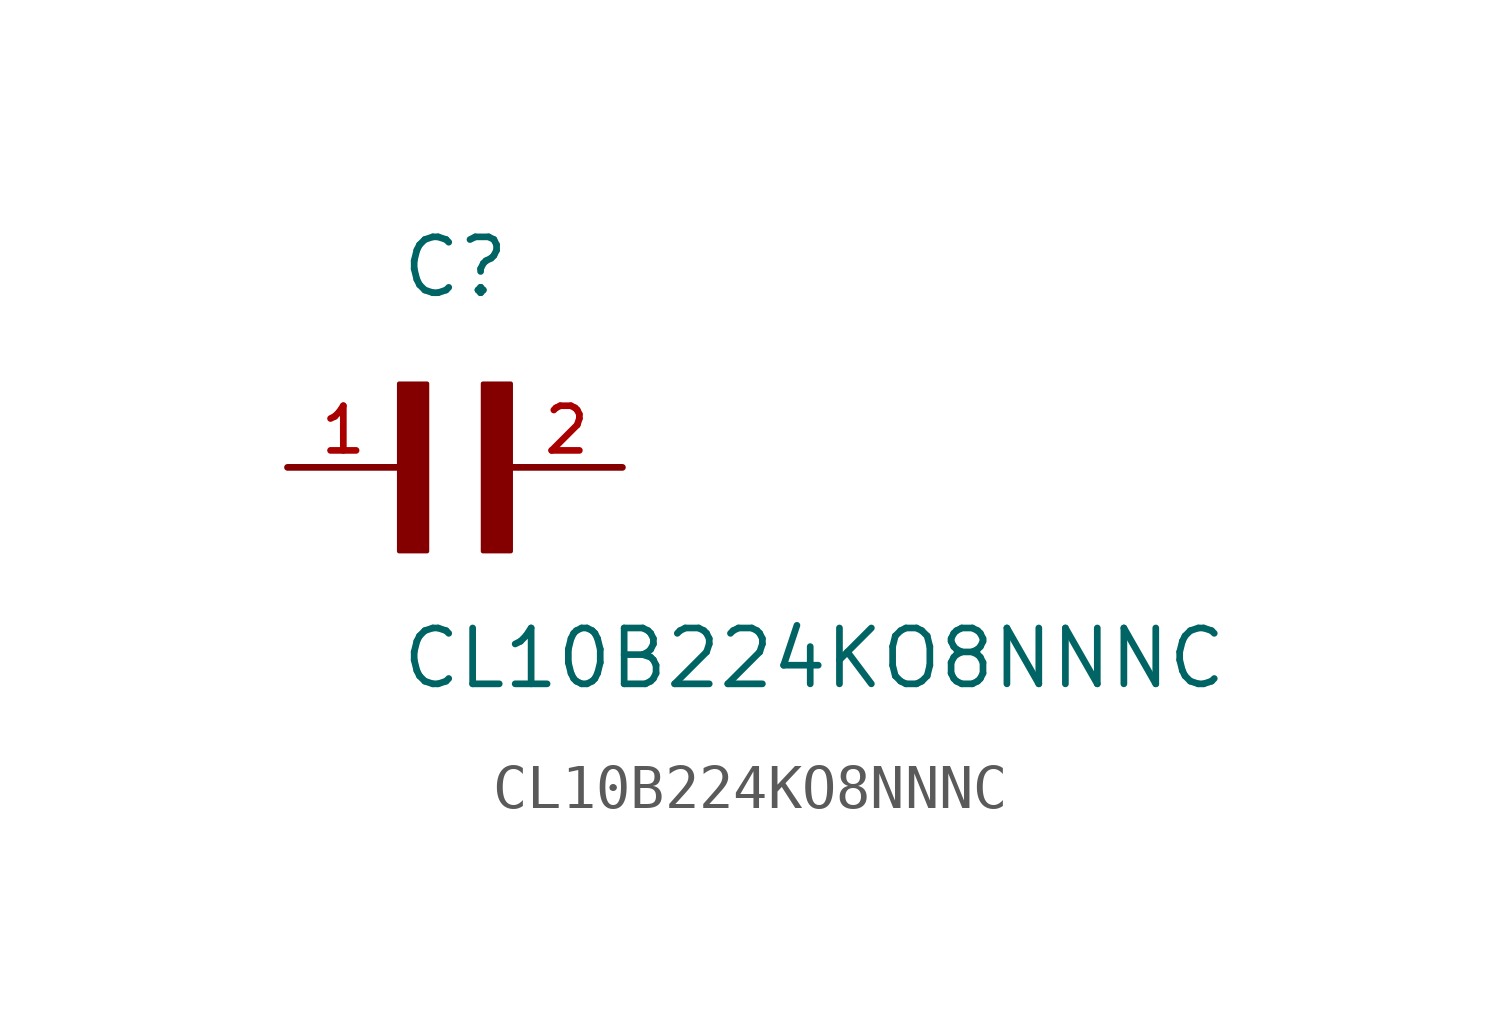
<source format=kicad_sym>
(kicad_symbol_lib
  (version 20211014)
  (generator kicad_symbol_editor)
  (symbol "CL10B224KO8NNNC"
    (pin_names
      (offset 1.016))
    (property "Reference" "C"
      (at 0.0 3.811 0)
      (effects (font (size 1.27 1.27)) (justify bottom left)))
    (property "Value" "CL10B224KO8NNNC"
      (at 0.0 -5.088 0)
      (effects (font (size 1.27 1.27)) (justify bottom left)))
    (symbol "CL10B224KO8NNNC_0_0"
      (rectangle (start 0.0 -1.907) (end 0.635 1.905) (stroke (width 0.1)) (fill (type outline)))
      (rectangle (start 1.907 -1.907) (end 2.54 1.905) (stroke (width 0.1)) (fill (type outline)))
      (pin passive line (at -2.54 0.0 0) (length 2.54) (name "~" (effects (font (size 1.016 1.016)))) (number "1" (effects (font (size 1.016 1.016)))))
      (pin passive line (at 5.08 0.0 180.0) (length 2.54) (name "~" (effects (font (size 1.016 1.016)))) (number "2" (effects (font (size 1.016 1.016))))))))
</source>
